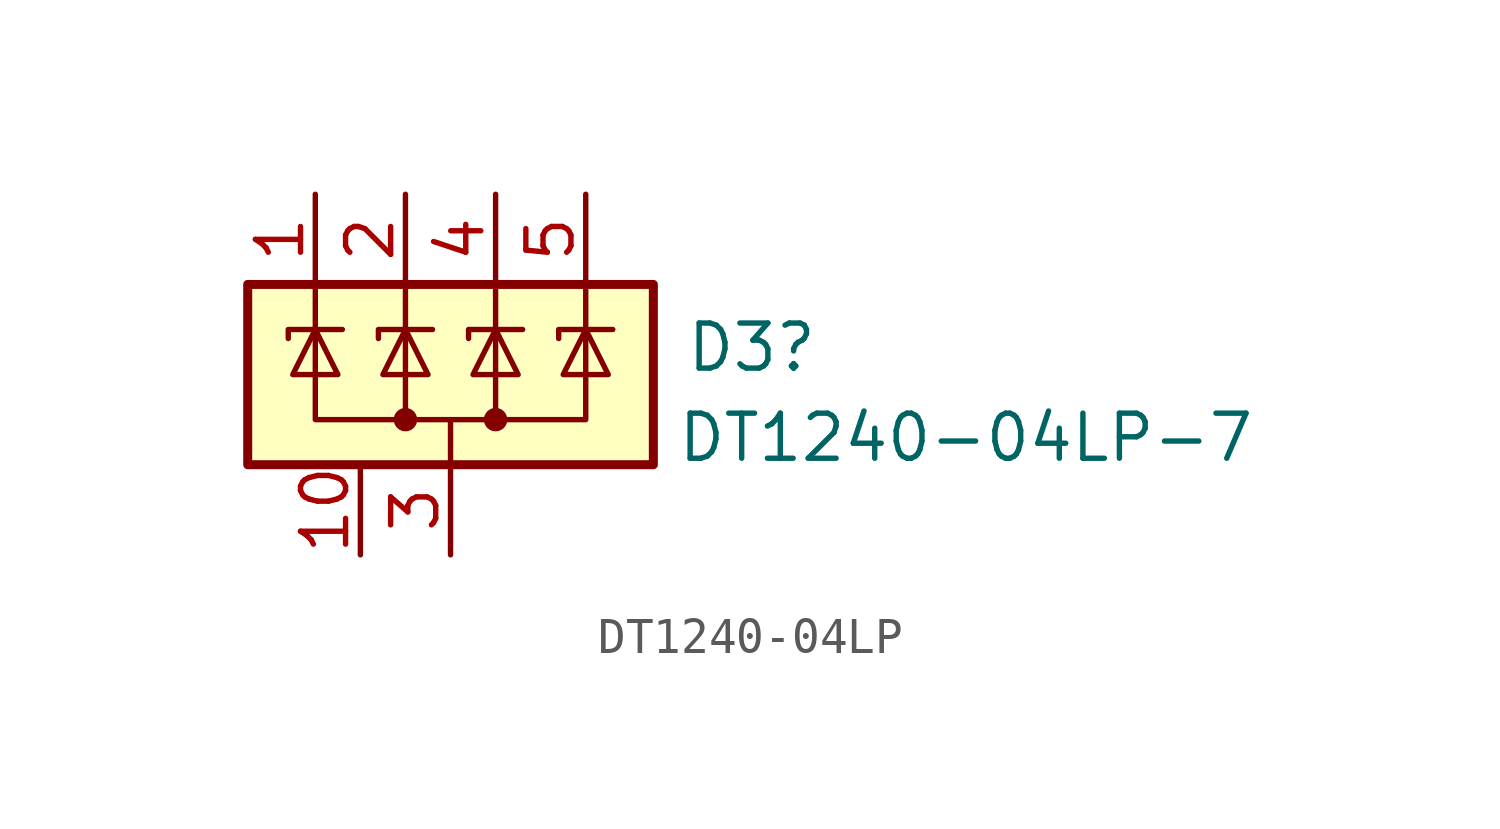
<source format=kicad_sym>
(kicad_symbol_lib
  (version 20231120)
  (generator "kicad_symbol_editor")
  (generator_version "8.0")
  (symbol "DT1240-04LP"
    (pin_names hide)
    (property "Reference" "D3"
      (at 7.874 0.762 0)
      (effects (font (size 1.27 1.27)) (justify left)))
    (property "Value" "DT1240-04LP-7"
      (at 7.62 -1.778 0)
      (effects (font (size 1.27 1.27)) (justify left)))
    (symbol "DT1240-04LP_0_0"
      (pin passive line (at 0 5.08 270) (length 2.54) (name "A" (effects (font (size 1.27 1.27)))) (number "2" (effects (font (size 1.27 1.27))))))
    (symbol "DT1240-04LP_0_1"
      (rectangle (start -4.445 2.54) (end 6.985 -2.54) (stroke (width 0.254) (type default)) (fill (type background)))
      (circle (center 0 -1.27) (radius 0.254) (stroke (width 0) (type default)) (fill (type outline)))
      (polyline (pts (xy -2.54 2.54) (xy -2.54 1.27)) (stroke (width 0) (type default)) (fill (type none)))
      (polyline (pts (xy 0 -1.27) (xy 0 1.27)) (stroke (width 0) (type default)) (fill (type none)))
      (polyline (pts (xy 0 2.54) (xy 0 1.27)) (stroke (width 0) (type default)) (fill (type none)))
      (polyline (pts (xy 1.27 -1.27) (xy 1.27 -2.54)) (stroke (width 0) (type default)) (fill (type none)))
      (polyline (pts (xy 2.54 2.54) (xy 2.54 1.27)) (stroke (width 0) (type default)) (fill (type none)))
      (polyline (pts (xy 5.08 2.54) (xy 5.08 1.27)) (stroke (width 0) (type default)) (fill (type none)))
      (polyline (pts (xy -3.302 1.016) (xy -3.302 1.27) (xy -1.778 1.27)) (stroke (width 0) (type default)) (fill (type none)))
      (polyline (pts (xy 0.762 1.27) (xy -0.762 1.27) (xy -0.762 1.016)) (stroke (width 0) (type default)) (fill (type none)))
      (polyline (pts (xy 5.08 1.27) (xy 5.08 -1.27) (xy 2.54 -1.27)) (stroke (width 0) (type default)) (fill (type none)))
      (polyline (pts (xy -2.54 1.27) (xy -2.54 -1.27) (xy 2.54 -1.27) (xy 2.54 1.27)) (stroke (width 0) (type default)) (fill (type none)))
      (polyline (pts (xy -2.54 1.27) (xy -1.905 0) (xy -3.175 0) (xy -2.54 1.27)) (stroke (width 0) (type default)) (fill (type none)))
      (polyline (pts (xy 0.635 0) (xy -0.635 0) (xy 0 1.27) (xy 0.635 0)) (stroke (width 0) (type default)) (fill (type none)))
      (polyline (pts (xy 1.778 1.016) (xy 1.778 1.27) (xy 3.175 1.27) (xy 3.302 1.27)) (stroke (width 0) (type default)) (fill (type none)))
      (polyline (pts (xy 2.54 1.27) (xy 1.905 0) (xy 3.175 0) (xy 2.54 1.27)) (stroke (width 0) (type default)) (fill (type none)))
      (polyline (pts (xy 4.318 1.016) (xy 4.318 1.27) (xy 5.715 1.27) (xy 5.842 1.27)) (stroke (width 0) (type default)) (fill (type none)))
      (polyline (pts (xy 5.08 1.27) (xy 4.445 0) (xy 5.715 0) (xy 5.08 1.27)) (stroke (width 0) (type default)) (fill (type none)))
      (circle (center 2.54 -1.27) (radius 0.254) (stroke (width 0) (type default)) (fill (type outline))))
    (symbol "DT1240-04LP_1_1"
      (pin passive line (at -2.54 5.08 270) (length 2.54) (name "K" (effects (font (size 1.27 1.27)))) (number "1" (effects (font (size 1.27 1.27)))))
      (pin passive line (at -1.27 -5.08 90) (length 2.54) (name "NC" (effects (font (size 1.27 1.27)))) (number "10" (effects (font (size 1.27 1.27)))))
      (pin passive line (at 1.27 -5.08 90) (length 2.54) (name "K" (effects (font (size 1.27 1.27)))) (number "3" (effects (font (size 1.27 1.27)))))
      (pin passive line (at 2.54 5.08 270) (length 2.54) (name "K" (effects (font (size 1.27 1.27)))) (number "4" (effects (font (size 1.27 1.27)))))
      (pin passive line (at 5.08 5.08 270) (length 2.54) (name "K" (effects (font (size 1.27 1.27)))) (number "5" (effects (font (size 1.27 1.27)))))
      (pin passive line (at -1.27 -5.08 90) (length 2.54) hide (name "NC" (effects (font (size 1.27 1.27)))) (number "6" (effects (font (size 1.27 1.27)))))
      (pin passive line (at -1.27 -5.08 90) (length 2.54) hide (name "NC" (effects (font (size 1.27 1.27)))) (number "7" (effects (font (size 1.27 1.27)))))
      (pin passive line (at 1.27 -5.08 90) (length 2.54) hide (name "K" (effects (font (size 1.27 1.27)))) (number "8" (effects (font (size 1.27 1.27)))))
      (pin passive line (at -1.27 -5.08 90) (length 2.54) hide (name "NC" (effects (font (size 1.27 1.27)))) (number "9" (effects (font (size 1.27 1.27))))))))
</source>
